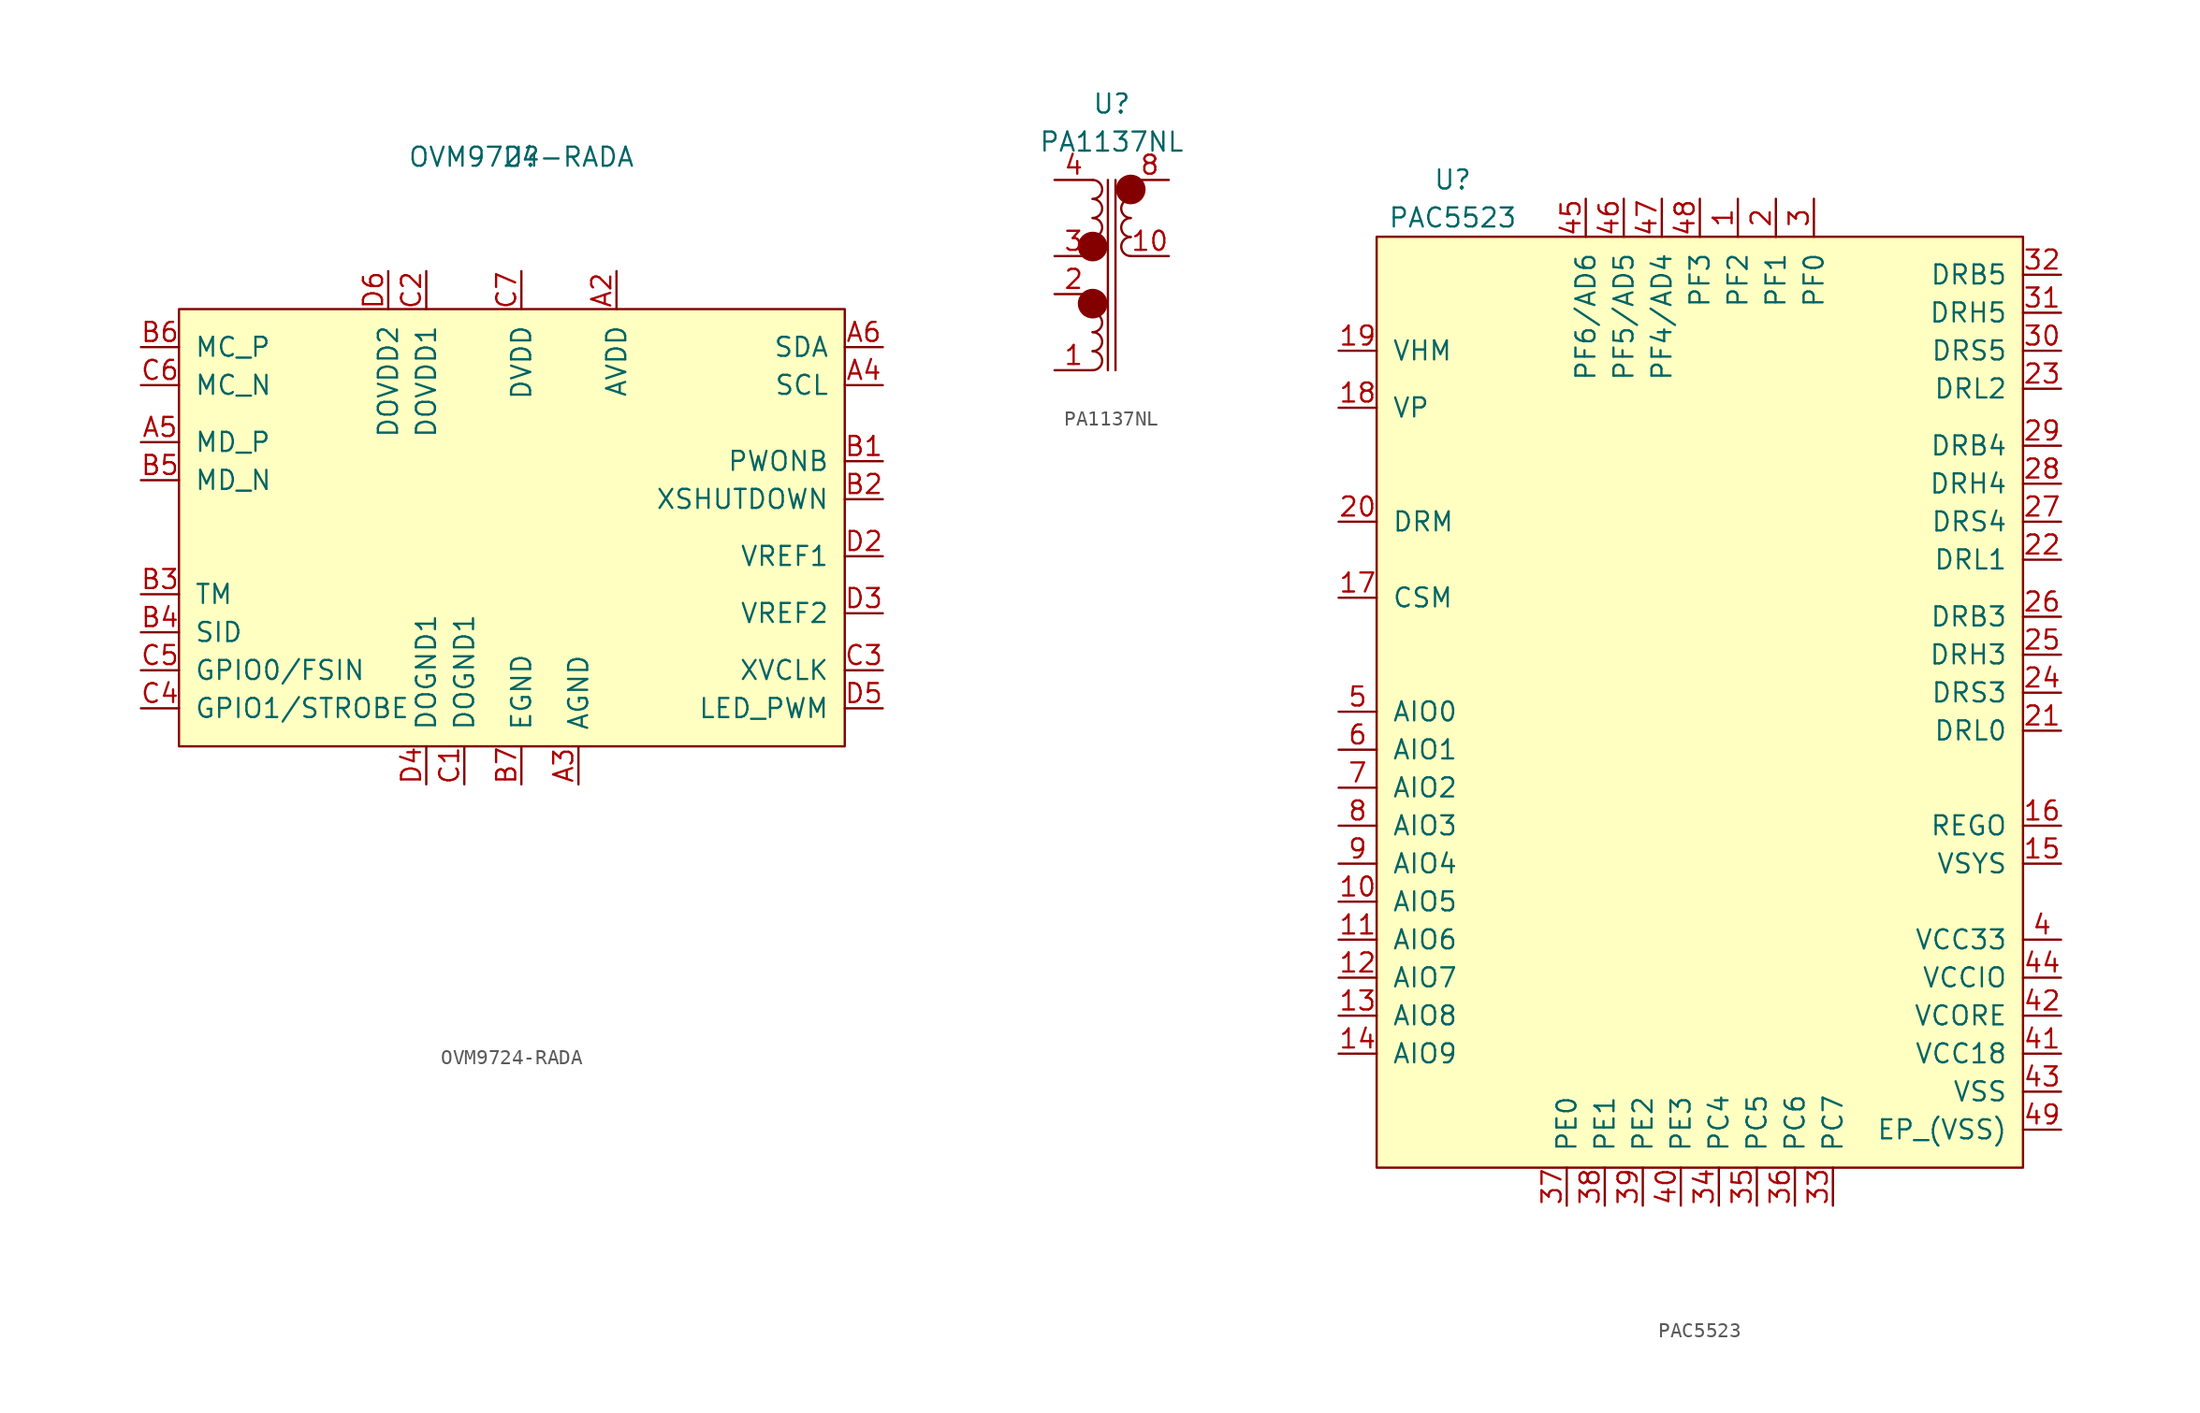
<source format=kicad_sym>
(kicad_symbol_lib
  (version 20211014)
  (generator kicad_symbol_editor)
  (symbol "OVM9724-RADA"
    (pin_names
      (offset 1.016))
    (property "Reference" "U"
      (at 1.27 24.13 0)
      (effects (font (size 1.27 1.27))))
    (property "Value" "OVM9724-RADA"
      (at 1.27 24.13 0)
      (effects (font (size 1.27 1.27))))
    (symbol "OVM9724-RADA_0_0"
      (rectangle (start -21.59 13.97) (end 22.86 -15.24) (stroke (width 0) (type default) (color 0 0 0 0)) (fill (type background))))
    (symbol "OVM9724-RADA_1_1"
      (pin input line (at 20.32 -24.13 180) (length 2.54) hide (name "NC" (effects (font (size 1.27 1.27)))) (number "A1" (effects (font (size 1.27 1.27)))))
      (pin input line (at 7.62 16.51 270) (length 2.54) (name "AVDD" (effects (font (size 1.27 1.27)))) (number "A2" (effects (font (size 1.27 1.27)))))
      (pin input line (at 5.08 -17.78 90) (length 2.54) (name "AGND" (effects (font (size 1.27 1.27)))) (number "A3" (effects (font (size 1.27 1.27)))))
      (pin input line (at 25.4 8.89 180) (length 2.54) (name "SCL" (effects (font (size 1.27 1.27)))) (number "A4" (effects (font (size 1.27 1.27)))))
      (pin input line (at -24.13 5.08 0) (length 2.54) (name "MD_P" (effects (font (size 1.27 1.27)))) (number "A5" (effects (font (size 1.27 1.27)))))
      (pin input line (at 25.4 11.43 180) (length 2.54) (name "SDA" (effects (font (size 1.27 1.27)))) (number "A6" (effects (font (size 1.27 1.27)))))
      (pin input line (at 20.32 -26.67 180) (length 2.54) hide (name "NC" (effects (font (size 1.27 1.27)))) (number "A7" (effects (font (size 1.27 1.27)))))
      (pin input line (at 25.4 3.81 180) (length 2.54) (name "PWONB" (effects (font (size 1.27 1.27)))) (number "B1" (effects (font (size 1.27 1.27)))))
      (pin input line (at 25.4 1.27 180) (length 2.54) (name "XSHUTDOWN" (effects (font (size 1.27 1.27)))) (number "B2" (effects (font (size 1.27 1.27)))))
      (pin input line (at -24.13 -5.08 0) (length 2.54) (name "TM" (effects (font (size 1.27 1.27)))) (number "B3" (effects (font (size 1.27 1.27)))))
      (pin input line (at -24.13 -7.62 0) (length 2.54) (name "SID" (effects (font (size 1.27 1.27)))) (number "B4" (effects (font (size 1.27 1.27)))))
      (pin input line (at -24.13 2.54 0) (length 2.54) (name "MD_N" (effects (font (size 1.27 1.27)))) (number "B5" (effects (font (size 1.27 1.27)))))
      (pin input line (at -24.13 11.43 0) (length 2.54) (name "MC_P" (effects (font (size 1.27 1.27)))) (number "B6" (effects (font (size 1.27 1.27)))))
      (pin input line (at 1.27 -17.78 90) (length 2.54) (name "EGND" (effects (font (size 1.27 1.27)))) (number "B7" (effects (font (size 1.27 1.27)))))
      (pin input line (at -2.54 -17.78 90) (length 2.54) (name "DOGND1" (effects (font (size 1.27 1.27)))) (number "C1" (effects (font (size 1.27 1.27)))))
      (pin input line (at -5.08 16.51 270) (length 2.54) (name "DOVDD1" (effects (font (size 1.27 1.27)))) (number "C2" (effects (font (size 1.27 1.27)))))
      (pin input line (at 25.4 -10.16 180) (length 2.54) (name "XVCLK" (effects (font (size 1.27 1.27)))) (number "C3" (effects (font (size 1.27 1.27)))))
      (pin input line (at -24.13 -12.7 0) (length 2.54) (name "GPIO1/STROBE" (effects (font (size 1.27 1.27)))) (number "C4" (effects (font (size 1.27 1.27)))))
      (pin input line (at -24.13 -10.16 0) (length 2.54) (name "GPIO0/FSIN" (effects (font (size 1.27 1.27)))) (number "C5" (effects (font (size 1.27 1.27)))))
      (pin input line (at -24.13 8.89 0) (length 2.54) (name "MC_N" (effects (font (size 1.27 1.27)))) (number "C6" (effects (font (size 1.27 1.27)))))
      (pin input line (at 1.27 16.51 270) (length 2.54) (name "DVDD" (effects (font (size 1.27 1.27)))) (number "C7" (effects (font (size 1.27 1.27)))))
      (pin input line (at 25.4 -2.54 180) (length 2.54) (name "VREF1" (effects (font (size 1.27 1.27)))) (number "D2" (effects (font (size 1.27 1.27)))))
      (pin input line (at 25.4 -6.35 180) (length 2.54) (name "VREF2" (effects (font (size 1.27 1.27)))) (number "D3" (effects (font (size 1.27 1.27)))))
      (pin input line (at -5.08 -17.78 90) (length 2.54) (name "DOGND1" (effects (font (size 1.27 1.27)))) (number "D4" (effects (font (size 1.27 1.27)))))
      (pin input line (at 25.4 -12.7 180) (length 2.54) (name "LED_PWM" (effects (font (size 1.27 1.27)))) (number "D5" (effects (font (size 1.27 1.27)))))
      (pin input line (at -7.62 16.51 270) (length 2.54) (name "DOVDD2" (effects (font (size 1.27 1.27)))) (number "D6" (effects (font (size 1.27 1.27)))))
      (pin input line (at 20.32 -29.21 180) (length 2.54) hide (name "NC" (effects (font (size 1.27 1.27)))) (number "D7" (effects (font (size 1.27 1.27)))))))
  (symbol "PA1137NL"
    (pin_names
      (offset 1.016))
    (property "Reference" "U"
      (at 0 11.43 0)
      (effects (font (size 1.27 1.27))))
    (property "Value" "PA1137NL"
      (at 0 8.89 0)
      (effects (font (size 1.27 1.27))))
    (symbol "PA1137NL_0_1"
      (circle (center -1.27 -1.905) (radius 0.0001) (stroke (width 0.991) (type default) (color 0 0 0 0)) (fill (type none)))
      (arc (start -1.27 1.27) (mid -0.635 1.905) (end -1.27 2.54) (stroke (width 0) (type default) (color 0 0 0 0)) (fill (type none)))
      (circle (center -1.27 1.905) (radius 0.0001) (stroke (width 0.991) (type default) (color 0 0 0 0)) (fill (type none)))
      (arc (start -1.27 2.54) (mid -0.635 3.175) (end -1.27 3.81) (stroke (width 0) (type default) (color 0 0 0 0)) (fill (type none)))
      (polyline (pts (xy -0.254 -6.35) (xy -0.254 6.35)) (stroke (width 0) (type default) (color 0 0 0 0)) (fill (type none)))
      (polyline (pts (xy 0.254 6.35) (xy 0.254 -6.35)) (stroke (width 0) (type default) (color 0 0 0 0)) (fill (type none)))
      (circle (center 1.27 5.715) (radius 0.0001) (stroke (width 0.991) (type default) (color 0 0 0 0)) (fill (type none))))
    (symbol "PA1137NL_1_1"
      (arc (start -1.27 -6.35) (mid -0.635 -5.715) (end -1.27 -5.08) (stroke (width 0) (type default) (color 0 0 0 0)) (fill (type none)))
      (arc (start -1.27 -5.08) (mid -0.635 -4.445) (end -1.27 -3.81) (stroke (width 0) (type default) (color 0 0 0 0)) (fill (type none)))
      (arc (start -1.27 -3.81) (mid -0.635 -3.175) (end -1.27 -2.54) (stroke (width 0) (type default) (color 0 0 0 0)) (fill (type none)))
      (arc (start -1.27 -2.54) (mid -0.635 -1.905) (end -1.27 -1.27) (stroke (width 0) (type default) (color 0 0 0 0)) (fill (type none)))
      (arc (start -1.27 3.81) (mid -0.635 4.445) (end -1.27 5.08) (stroke (width 0) (type default) (color 0 0 0 0)) (fill (type none)))
      (arc (start -1.27 5.08) (mid -0.635 5.715) (end -1.27 6.35) (stroke (width 0) (type default) (color 0 0 0 0)) (fill (type none)))
      (arc (start 1.27 2.54) (mid 0.635 1.905) (end 1.27 1.27) (stroke (width 0) (type default) (color 0 0 0 0)) (fill (type none)))
      (arc (start 1.27 3.81) (mid 0.635 3.175) (end 1.27 2.54) (stroke (width 0) (type default) (color 0 0 0 0)) (fill (type none)))
      (arc (start 1.27 5.08) (mid 0.635 4.445) (end 1.27 3.81) (stroke (width 0) (type default) (color 0 0 0 0)) (fill (type none)))
      (arc (start 1.27 6.35) (mid 0.635 5.715) (end 1.27 5.08) (stroke (width 0) (type default) (color 0 0 0 0)) (fill (type none)))
      (pin input line (at -3.81 -6.35 0) (length 2.54) (name "~" (effects (font (size 1.27 1.27)))) (number "1" (effects (font (size 1.27 1.27)))))
      (pin input line (at 3.81 1.27 180) (length 2.54) (name "~" (effects (font (size 1.27 1.27)))) (number "10" (effects (font (size 1.27 1.27)))))
      (pin input line (at -3.81 -1.27 0) (length 2.54) (name "~" (effects (font (size 1.27 1.27)))) (number "2" (effects (font (size 1.27 1.27)))))
      (pin input line (at -3.81 1.27 0) (length 2.54) (name "~" (effects (font (size 1.27 1.27)))) (number "3" (effects (font (size 1.27 1.27)))))
      (pin input line (at -3.81 6.35 0) (length 2.54) (name "~" (effects (font (size 1.27 1.27)))) (number "4" (effects (font (size 1.27 1.27)))))
      (pin input line (at 3.81 6.35 180) (length 2.54) hide (name "~" (effects (font (size 1.27 1.27)))) (number "7" (effects (font (size 1.27 1.27)))))
      (pin input line (at 3.81 6.35 180) (length 2.54) (name "~" (effects (font (size 1.27 1.27)))) (number "8" (effects (font (size 1.27 1.27)))))
      (pin input line (at 3.81 1.27 180) (length 2.54) hide (name "~" (effects (font (size 1.27 1.27)))) (number "9" (effects (font (size 1.27 1.27)))))))
  (symbol "PAC5523"
    (pin_names
      (offset 1.016))
    (property "Reference" "U"
      (at -16.51 31.75 0)
      (effects (font (size 1.27 1.27))))
    (property "Value" "PAC5523"
      (at -16.51 29.21 0)
      (effects (font (size 1.27 1.27))))
    (symbol "PAC5523_0_1"
      (rectangle (start -21.59 27.94) (end 21.59 -34.29) (stroke (width 0) (type default) (color 0 0 0 0)) (fill (type background))))
    (symbol "PAC5523_1_1"
      (pin bidirectional line (at 2.54 30.48 270) (length 2.54) (name "PF2" (effects (font (size 1.27 1.27)))) (number "1" (effects (font (size 1.27 1.27)))))
      (pin input line (at -24.13 -16.51 0) (length 2.54) (name "AIO5" (effects (font (size 1.27 1.27)))) (number "10" (effects (font (size 1.27 1.27)))))
      (pin input line (at -24.13 -19.05 0) (length 2.54) (name "AIO6" (effects (font (size 1.27 1.27)))) (number "11" (effects (font (size 1.27 1.27)))))
      (pin input line (at -24.13 -21.59 0) (length 2.54) (name "AIO7" (effects (font (size 1.27 1.27)))) (number "12" (effects (font (size 1.27 1.27)))))
      (pin input line (at -24.13 -24.13 0) (length 2.54) (name "AIO8" (effects (font (size 1.27 1.27)))) (number "13" (effects (font (size 1.27 1.27)))))
      (pin input line (at -24.13 -26.67 0) (length 2.54) (name "AIO9" (effects (font (size 1.27 1.27)))) (number "14" (effects (font (size 1.27 1.27)))))
      (pin power_in line (at 24.13 -13.97 180) (length 2.54) (name "VSYS" (effects (font (size 1.27 1.27)))) (number "15" (effects (font (size 1.27 1.27)))))
      (pin output line (at 24.13 -11.43 180) (length 2.54) (name "REGO" (effects (font (size 1.27 1.27)))) (number "16" (effects (font (size 1.27 1.27)))))
      (pin output line (at -24.13 3.81 0) (length 2.54) (name "CSM" (effects (font (size 1.27 1.27)))) (number "17" (effects (font (size 1.27 1.27)))))
      (pin power_in line (at -24.13 16.51 0) (length 2.54) (name "VP" (effects (font (size 1.27 1.27)))) (number "18" (effects (font (size 1.27 1.27)))))
      (pin power_in line (at -24.13 20.32 0) (length 2.54) (name "VHM" (effects (font (size 1.27 1.27)))) (number "19" (effects (font (size 1.27 1.27)))))
      (pin bidirectional line (at 5.08 30.48 270) (length 2.54) (name "PF1" (effects (font (size 1.27 1.27)))) (number "2" (effects (font (size 1.27 1.27)))))
      (pin power_in line (at -24.13 8.89 0) (length 2.54) (name "DRM" (effects (font (size 1.27 1.27)))) (number "20" (effects (font (size 1.27 1.27)))))
      (pin output line (at 24.13 -5.08 180) (length 2.54) (name "DRL0" (effects (font (size 1.27 1.27)))) (number "21" (effects (font (size 1.27 1.27)))))
      (pin output line (at 24.13 6.35 180) (length 2.54) (name "DRL1" (effects (font (size 1.27 1.27)))) (number "22" (effects (font (size 1.27 1.27)))))
      (pin output line (at 24.13 17.78 180) (length 2.54) (name "DRL2" (effects (font (size 1.27 1.27)))) (number "23" (effects (font (size 1.27 1.27)))))
      (pin output line (at 24.13 -2.54 180) (length 2.54) (name "DRS3" (effects (font (size 1.27 1.27)))) (number "24" (effects (font (size 1.27 1.27)))))
      (pin output line (at 24.13 0 180) (length 2.54) (name "DRH3" (effects (font (size 1.27 1.27)))) (number "25" (effects (font (size 1.27 1.27)))))
      (pin output line (at 24.13 2.54 180) (length 2.54) (name "DRB3" (effects (font (size 1.27 1.27)))) (number "26" (effects (font (size 1.27 1.27)))))
      (pin output line (at 24.13 8.89 180) (length 2.54) (name "DRS4" (effects (font (size 1.27 1.27)))) (number "27" (effects (font (size 1.27 1.27)))))
      (pin output line (at 24.13 11.43 180) (length 2.54) (name "DRH4" (effects (font (size 1.27 1.27)))) (number "28" (effects (font (size 1.27 1.27)))))
      (pin output line (at 24.13 13.97 180) (length 2.54) (name "DRB4" (effects (font (size 1.27 1.27)))) (number "29" (effects (font (size 1.27 1.27)))))
      (pin bidirectional line (at 7.62 30.48 270) (length 2.54) (name "PF0" (effects (font (size 1.27 1.27)))) (number "3" (effects (font (size 1.27 1.27)))))
      (pin output line (at 24.13 20.32 180) (length 2.54) (name "DRS5" (effects (font (size 1.27 1.27)))) (number "30" (effects (font (size 1.27 1.27)))))
      (pin output line (at 24.13 22.86 180) (length 2.54) (name "DRH5" (effects (font (size 1.27 1.27)))) (number "31" (effects (font (size 1.27 1.27)))))
      (pin output line (at 24.13 25.4 180) (length 2.54) (name "DRB5" (effects (font (size 1.27 1.27)))) (number "32" (effects (font (size 1.27 1.27)))))
      (pin bidirectional line (at 8.89 -36.83 90) (length 2.54) (name "PC7" (effects (font (size 1.27 1.27)))) (number "33" (effects (font (size 1.27 1.27)))))
      (pin bidirectional line (at 1.27 -36.83 90) (length 2.54) (name "PC4" (effects (font (size 1.27 1.27)))) (number "34" (effects (font (size 1.27 1.27)))))
      (pin bidirectional line (at 3.81 -36.83 90) (length 2.54) (name "PC5" (effects (font (size 1.27 1.27)))) (number "35" (effects (font (size 1.27 1.27)))))
      (pin bidirectional line (at 6.35 -36.83 90) (length 2.54) (name "PC6" (effects (font (size 1.27 1.27)))) (number "36" (effects (font (size 1.27 1.27)))))
      (pin bidirectional line (at -8.89 -36.83 90) (length 2.54) (name "PE0" (effects (font (size 1.27 1.27)))) (number "37" (effects (font (size 1.27 1.27)))))
      (pin bidirectional line (at -6.35 -36.83 90) (length 2.54) (name "PE1" (effects (font (size 1.27 1.27)))) (number "38" (effects (font (size 1.27 1.27)))))
      (pin bidirectional line (at -3.81 -36.83 90) (length 2.54) (name "PE2" (effects (font (size 1.27 1.27)))) (number "39" (effects (font (size 1.27 1.27)))))
      (pin power_in line (at 24.13 -19.05 180) (length 2.54) (name "VCC33" (effects (font (size 1.27 1.27)))) (number "4" (effects (font (size 1.27 1.27)))))
      (pin bidirectional line (at -1.27 -36.83 90) (length 2.54) (name "PE3" (effects (font (size 1.27 1.27)))) (number "40" (effects (font (size 1.27 1.27)))))
      (pin power_in line (at 24.13 -26.67 180) (length 2.54) (name "VCC18" (effects (font (size 1.27 1.27)))) (number "41" (effects (font (size 1.27 1.27)))))
      (pin power_in line (at 24.13 -24.13 180) (length 2.54) (name "VCORE" (effects (font (size 1.27 1.27)))) (number "42" (effects (font (size 1.27 1.27)))))
      (pin power_in line (at 24.13 -29.21 180) (length 2.54) (name "VSS" (effects (font (size 1.27 1.27)))) (number "43" (effects (font (size 1.27 1.27)))))
      (pin power_in line (at 24.13 -21.59 180) (length 2.54) (name "VCCIO" (effects (font (size 1.27 1.27)))) (number "44" (effects (font (size 1.27 1.27)))))
      (pin bidirectional line (at -7.62 30.48 270) (length 2.54) (name "PF6/AD6" (effects (font (size 1.27 1.27)))) (number "45" (effects (font (size 1.27 1.27)))))
      (pin bidirectional line (at -5.08 30.48 270) (length 2.54) (name "PF5/AD5" (effects (font (size 1.27 1.27)))) (number "46" (effects (font (size 1.27 1.27)))))
      (pin bidirectional line (at -2.54 30.48 270) (length 2.54) (name "PF4/AD4" (effects (font (size 1.27 1.27)))) (number "47" (effects (font (size 1.27 1.27)))))
      (pin bidirectional line (at 0 30.48 270) (length 2.54) (name "PF3" (effects (font (size 1.27 1.27)))) (number "48" (effects (font (size 1.27 1.27)))))
      (pin power_in line (at 24.13 -31.75 180) (length 2.54) (name "EP_(VSS)" (effects (font (size 1.27 1.27)))) (number "49" (effects (font (size 1.27 1.27)))))
      (pin input line (at -24.13 -3.81 0) (length 2.54) (name "AIO0" (effects (font (size 1.27 1.27)))) (number "5" (effects (font (size 1.27 1.27)))))
      (pin input line (at -24.13 -6.35 0) (length 2.54) (name "AIO1" (effects (font (size 1.27 1.27)))) (number "6" (effects (font (size 1.27 1.27)))))
      (pin input line (at -24.13 -8.89 0) (length 2.54) (name "AIO2" (effects (font (size 1.27 1.27)))) (number "7" (effects (font (size 1.27 1.27)))))
      (pin input line (at -24.13 -11.43 0) (length 2.54) (name "AIO3" (effects (font (size 1.27 1.27)))) (number "8" (effects (font (size 1.27 1.27)))))
      (pin input line (at -24.13 -13.97 0) (length 2.54) (name "AIO4" (effects (font (size 1.27 1.27)))) (number "9" (effects (font (size 1.27 1.27))))))))
</source>
